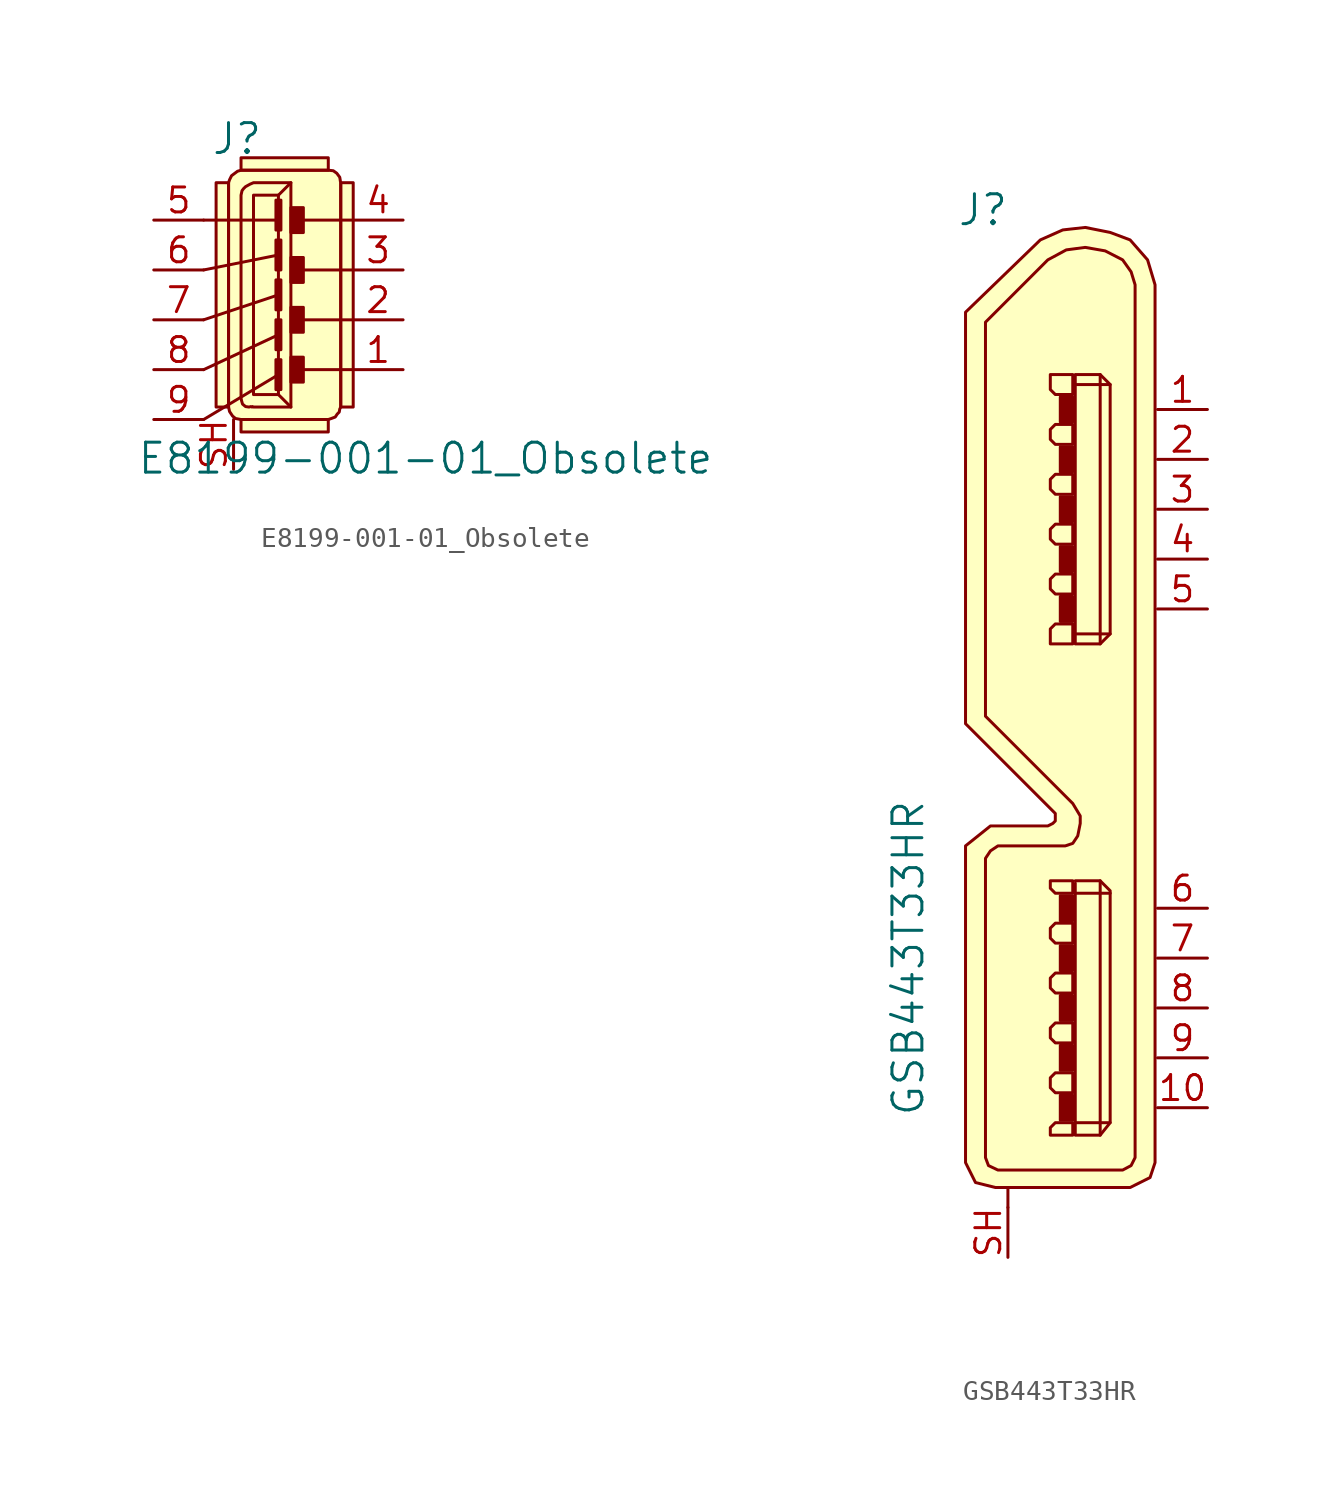
<source format=kicad_sym>
(kicad_symbol_lib
  (version 20211014)
  (generator kicad_symbol_editor)
  (symbol "E8199-001-01_Obsolete"
    (pin_names
      (offset 1.016))
    (property "Reference" "J"
      (at -0.838 9.22 0)
      (effects (font (size 1.524 1.524))))
    (property "Value" "E8199-001-01_Obsolete"
      (at 8.763 -7.061 0)
      (effects (font (size 1.524 1.524))))
    (symbol "E8199-001-01_Obsolete_0_1"
      (rectangle (start -1.27 -4.445) (end -1.905 6.985) (stroke (width 0) (type default) (color 0 0 0 0)) (fill (type background)))
      (polyline (pts (xy -2.54 -5.08) (xy 1.27 -2.794)) (stroke (width 0) (type default) (color 0 0 0 0)) (fill (type none)))
      (polyline (pts (xy -2.54 -2.54) (xy 1.27 -0.762)) (stroke (width 0) (type default) (color 0 0 0 0)) (fill (type none)))
      (polyline (pts (xy -2.54 0) (xy 1.27 1.27)) (stroke (width 0) (type default) (color 0 0 0 0)) (fill (type none)))
      (polyline (pts (xy -2.54 2.54) (xy 1.27 3.302)) (stroke (width 0) (type default) (color 0 0 0 0)) (fill (type none)))
      (polyline (pts (xy -2.54 5.08) (xy 1.27 5.08)) (stroke (width 0) (type default) (color 0 0 0 0)) (fill (type none)))
      (polyline (pts (xy 1.27 -3.81) (xy 1.905 -4.445)) (stroke (width 0) (type default) (color 0 0 0 0)) (fill (type none)))
      (polyline (pts (xy 1.27 6.35) (xy 1.905 6.985)) (stroke (width 0) (type default) (color 0 0 0 0)) (fill (type none)))
      (polyline (pts (xy 5.08 -2.54) (xy 2.54 -2.54)) (stroke (width 0) (type default) (color 0 0 0 0)) (fill (type none)))
      (polyline (pts (xy 5.08 0) (xy 2.54 0)) (stroke (width 0) (type default) (color 0 0 0 0)) (fill (type none)))
      (polyline (pts (xy 5.08 2.54) (xy 2.54 2.54)) (stroke (width 0) (type default) (color 0 0 0 0)) (fill (type none)))
      (polyline (pts (xy 5.08 5.08) (xy 2.54 5.08)) (stroke (width 0) (type default) (color 0 0 0 0)) (fill (type none)))
      (polyline (pts (xy -0.635 6.35) (xy -0.635 -3.81) (xy -0.635 -3.988) (xy -0.61 -4.115) (xy -0.559 -4.293) (xy -0.406 -4.42) (xy -0.229 -4.445) (xy -0.127 -4.42) (xy -0.076 -4.445) (xy -0.051 -4.42) (xy 0 -4.445) (xy 1.905 -4.445) (xy 1.905 6.985) (xy 0 6.985) (xy -0.178 6.909) (xy -0.406 6.782) (xy -0.508 6.68) (xy -0.584 6.579) (xy -0.635 6.35)) (stroke (width 0) (type default) (color 0 0 0 0)) (fill (type none)))
      (polyline (pts (xy -0.635 -5.08) (xy 3.81 -5.08) (xy 3.962 -5.029) (xy 4.166 -4.953) (xy 4.267 -4.801) (xy 4.369 -4.699) (xy 4.394 -4.547) (xy 4.445 -4.445) (xy 4.445 6.985) (xy 4.42 7.087) (xy 4.42 7.112) (xy 4.394 7.264) (xy 4.242 7.468) (xy 4.064 7.595) (xy 3.81 7.62) (xy -0.635 7.62) (xy -0.813 7.569) (xy -1.118 7.341) (xy -1.219 7.137) (xy -1.27 6.985) (xy -1.27 -4.445) (xy -1.219 -4.674) (xy -1.067 -4.902) (xy -0.914 -5.029) (xy -0.635 -5.08)) (stroke (width 0) (type default) (color 0 0 0 0)) (fill (type background)))
      (rectangle (start 1.27 6.35) (end 0 -3.81) (stroke (width 0) (type default) (color 0 0 0 0)) (fill (type none)))
      (rectangle (start 1.397 -3.556) (end 1.143 -2.032) (stroke (width 0) (type default) (color 0 0 0 0)) (fill (type outline)))
      (rectangle (start 1.397 -1.524) (end 1.143 0) (stroke (width 0) (type default) (color 0 0 0 0)) (fill (type outline)))
      (rectangle (start 1.397 0.508) (end 1.143 2.032) (stroke (width 0) (type default) (color 0 0 0 0)) (fill (type outline)))
      (rectangle (start 1.397 2.54) (end 1.143 4.064) (stroke (width 0) (type default) (color 0 0 0 0)) (fill (type outline)))
      (rectangle (start 1.397 4.572) (end 1.143 6.096) (stroke (width 0) (type default) (color 0 0 0 0)) (fill (type outline)))
      (rectangle (start 2.54 -1.905) (end 1.905 -3.175) (stroke (width 0) (type default) (color 0 0 0 0)) (fill (type outline)))
      (rectangle (start 2.54 0.635) (end 1.905 -0.635) (stroke (width 0) (type default) (color 0 0 0 0)) (fill (type outline)))
      (rectangle (start 2.54 3.175) (end 1.905 1.905) (stroke (width 0) (type default) (color 0 0 0 0)) (fill (type outline)))
      (rectangle (start 2.54 4.445) (end 1.905 5.715) (stroke (width 0) (type default) (color 0 0 0 0)) (fill (type outline)))
      (rectangle (start 3.81 -5.08) (end -0.635 -5.715) (stroke (width 0) (type default) (color 0 0 0 0)) (fill (type background)))
      (rectangle (start 3.81 7.62) (end -0.635 8.255) (stroke (width 0) (type default) (color 0 0 0 0)) (fill (type background)))
      (rectangle (start 4.445 6.985) (end 5.08 -4.445) (stroke (width 0) (type default) (color 0 0 0 0)) (fill (type background))))
    (symbol "E8199-001-01_Obsolete_1_1"
      (pin passive line (at 7.62 -2.54 180) (length 2.54) (name "~" (effects (font (size 1.27 1.27)))) (number "1" (effects (font (size 1.27 1.27)))))
      (pin passive line (at 7.62 0 180) (length 2.54) (name "~" (effects (font (size 1.27 1.27)))) (number "2" (effects (font (size 1.27 1.27)))))
      (pin passive line (at 7.62 2.54 180) (length 2.54) (name "~" (effects (font (size 1.27 1.27)))) (number "3" (effects (font (size 1.27 1.27)))))
      (pin passive line (at 7.62 5.08 180) (length 2.54) (name "~" (effects (font (size 1.27 1.27)))) (number "4" (effects (font (size 1.27 1.27)))))
      (pin passive line (at -5.08 5.08 0) (length 2.54) (name "~" (effects (font (size 1.27 1.27)))) (number "5" (effects (font (size 1.27 1.27)))))
      (pin passive line (at -5.08 2.54 0) (length 2.54) (name "~" (effects (font (size 1.27 1.27)))) (number "6" (effects (font (size 1.27 1.27)))))
      (pin passive line (at -5.08 0 0) (length 2.54) (name "~" (effects (font (size 1.27 1.27)))) (number "7" (effects (font (size 1.27 1.27)))))
      (pin passive line (at -5.08 -2.54 0) (length 2.54) (name "~" (effects (font (size 1.27 1.27)))) (number "8" (effects (font (size 1.27 1.27)))))
      (pin passive line (at -5.08 -5.08 0) (length 2.54) (name "~" (effects (font (size 1.27 1.27)))) (number "9" (effects (font (size 1.27 1.27)))))
      (pin passive line (at -1.016 -7.62 90) (length 2.54) (name "~" (effects (font (size 1.27 1.27)))) (number "SH" (effects (font (size 1.27 1.27)))))))
  (symbol "GSB443T33HR"
    (pin_names
      (offset 1.016))
    (property "Reference" "J"
      (at -6.35 25.4 0)
      (effects (font (size 1.524 1.524))))
    (property "Value" "GSB443T33HR"
      (at -10.16 -12.7 90)
      (effects (font (size 1.524 1.524))))
    (symbol "GSB443T33HR_0_1"
      (rectangle (start -2.413 -20.955) (end -1.778 -19.685) (stroke (width 0) (type default) (color 0 0 0 0)) (fill (type outline)))
      (rectangle (start -2.413 -18.415) (end -1.778 -17.145) (stroke (width 0) (type default) (color 0 0 0 0)) (fill (type outline)))
      (rectangle (start -2.413 -15.875) (end -1.778 -14.605) (stroke (width 0) (type default) (color 0 0 0 0)) (fill (type outline)))
      (rectangle (start -2.413 4.445) (end -1.778 5.715) (stroke (width 0) (type default) (color 0 0 0 0)) (fill (type outline)))
      (rectangle (start -2.413 6.985) (end -1.778 8.255) (stroke (width 0) (type default) (color 0 0 0 0)) (fill (type outline)))
      (rectangle (start -2.413 9.525) (end -1.778 10.795) (stroke (width 0) (type default) (color 0 0 0 0)) (fill (type outline)))
      (rectangle (start -1.778 -13.335) (end -2.413 -12.065) (stroke (width 0) (type default) (color 0 0 0 0)) (fill (type outline)))
      (rectangle (start -1.778 -10.795) (end -2.413 -9.525) (stroke (width 0) (type default) (color 0 0 0 0)) (fill (type outline)))
      (rectangle (start -1.778 12.065) (end -2.413 13.335) (stroke (width 0) (type default) (color 0 0 0 0)) (fill (type outline)))
      (rectangle (start -1.778 14.605) (end -2.413 15.875) (stroke (width 0) (type default) (color 0 0 0 0)) (fill (type outline)))
      (polyline (pts (xy -5.08 -25.4) (xy -5.08 -24.384)) (stroke (width 0) (type default) (color 0 0 0 0)) (fill (type none)))
      (polyline (pts (xy -1.651 -21.082) (xy 0.127 -21.082)) (stroke (width 0) (type default) (color 0 0 0 0)) (fill (type none)))
      (polyline (pts (xy -1.651 3.81) (xy 0.127 3.81)) (stroke (width 0) (type default) (color 0 0 0 0)) (fill (type none)))
      (polyline (pts (xy -0.381 -8.763) (xy -0.381 -21.717)) (stroke (width 0) (type default) (color 0 0 0 0)) (fill (type none)))
      (polyline (pts (xy -0.381 17.018) (xy -0.381 3.302)) (stroke (width 0) (type default) (color 0 0 0 0)) (fill (type none)))
      (polyline (pts (xy 0.127 16.51) (xy -1.651 16.51)) (stroke (width 0) (type default) (color 0 0 0 0)) (fill (type none)))
      (polyline (pts (xy 0.127 -9.398) (xy -0.381 -9.398) (xy -1.651 -9.398)) (stroke (width 0) (type default) (color 0 0 0 0)) (fill (type none)))
      (polyline (pts (xy -1.778 -21.717) (xy -2.667 -21.717) (xy -2.921 -21.717) (xy -2.921 -21.336) (xy -2.667 -21.082) (xy -1.778 -21.082) (xy -1.778 -21.717)) (stroke (width 0) (type default) (color 0 0 0 0)) (fill (type none)))
      (polyline (pts (xy -1.778 -19.558) (xy -2.667 -19.558) (xy -2.921 -19.304) (xy -2.921 -18.796) (xy -2.667 -18.542) (xy -1.778 -18.542) (xy -1.778 -19.558)) (stroke (width 0) (type default) (color 0 0 0 0)) (fill (type none)))
      (polyline (pts (xy -1.778 -17.018) (xy -2.667 -17.018) (xy -2.921 -16.764) (xy -2.921 -16.256) (xy -2.667 -16.002) (xy -1.778 -16.002) (xy -1.778 -17.018)) (stroke (width 0) (type default) (color 0 0 0 0)) (fill (type none)))
      (polyline (pts (xy -1.778 -14.478) (xy -2.667 -14.478) (xy -2.921 -14.224) (xy -2.921 -13.716) (xy -2.667 -13.462) (xy -1.778 -13.462) (xy -1.778 -14.478)) (stroke (width 0) (type default) (color 0 0 0 0)) (fill (type none)))
      (polyline (pts (xy -1.778 -11.938) (xy -2.667 -11.938) (xy -2.921 -11.684) (xy -2.921 -11.176) (xy -2.667 -10.922) (xy -1.778 -10.922) (xy -1.778 -11.938)) (stroke (width 0) (type default) (color 0 0 0 0)) (fill (type none)))
      (polyline (pts (xy -1.778 -9.398) (xy -2.667 -9.398) (xy -2.921 -9.144) (xy -2.921 -8.763) (xy -2.667 -8.763) (xy -1.778 -8.763) (xy -1.778 -9.398)) (stroke (width 0) (type default) (color 0 0 0 0)) (fill (type none)))
      (polyline (pts (xy -1.778 3.302) (xy -2.667 3.302) (xy -2.921 3.302) (xy -2.921 4.064) (xy -2.667 4.318) (xy -1.778 4.318) (xy -1.778 3.302)) (stroke (width 0) (type default) (color 0 0 0 0)) (fill (type none)))
      (polyline (pts (xy -1.778 5.842) (xy -2.667 5.842) (xy -2.921 6.096) (xy -2.921 6.604) (xy -2.667 6.858) (xy -1.778 6.858) (xy -1.778 5.842)) (stroke (width 0) (type default) (color 0 0 0 0)) (fill (type none)))
      (polyline (pts (xy -1.778 8.382) (xy -2.667 8.382) (xy -2.921 8.636) (xy -2.921 9.144) (xy -2.667 9.398) (xy -1.778 9.398) (xy -1.778 8.382)) (stroke (width 0) (type default) (color 0 0 0 0)) (fill (type none)))
      (polyline (pts (xy -1.778 10.922) (xy -2.667 10.922) (xy -2.921 11.176) (xy -2.921 11.684) (xy -2.667 11.938) (xy -1.778 11.938) (xy -1.778 10.922)) (stroke (width 0) (type default) (color 0 0 0 0)) (fill (type none)))
      (polyline (pts (xy -1.778 13.462) (xy -2.667 13.462) (xy -2.921 13.716) (xy -2.921 14.224) (xy -2.667 14.478) (xy -1.778 14.478) (xy -1.778 13.462)) (stroke (width 0) (type default) (color 0 0 0 0)) (fill (type none)))
      (polyline (pts (xy -1.778 16.002) (xy -2.667 16.002) (xy -2.921 16.256) (xy -2.921 17.018) (xy -2.667 17.018) (xy -1.778 17.018) (xy -1.778 16.002)) (stroke (width 0) (type default) (color 0 0 0 0)) (fill (type none)))
      (polyline (pts (xy -1.651 -8.89) (xy -1.651 -21.717) (xy -0.381 -21.717) (xy 0.127 -21.082) (xy 0.127 -9.271) (xy -0.381 -8.763) (xy -1.651 -8.763)) (stroke (width 0) (type default) (color 0 0 0 0)) (fill (type none)))
      (polyline (pts (xy -1.651 17.018) (xy -1.651 3.302) (xy -0.381 3.302) (xy 0.127 3.81) (xy 0.127 16.51) (xy -0.381 17.018) (xy -1.651 17.018)) (stroke (width 0) (type default) (color 0 0 0 0)) (fill (type none)))
      (polyline (pts (xy -5.715 -24.384) (xy 1.143 -24.384) (xy 2.159 -23.876) (xy 2.413 -23.114) (xy 2.413 21.59) (xy 2.032 22.86) (xy 1.143 23.876) (xy 0.127 24.257) (xy -1.143 24.511) (xy -2.286 24.384) (xy -3.429 23.876) (xy -7.239 20.193) (xy -7.239 -0.762) (xy -2.667 -5.334) (xy -2.667 -5.715) (xy -2.794 -5.842) (xy -3.048 -5.969) (xy -3.937 -5.969) (xy -5.969 -5.969) (xy -7.239 -6.985) (xy -7.239 -23.114) (xy -6.731 -24.13) (xy -5.715 -24.384)) (stroke (width 0) (type default) (color 0 0 0 0)) (fill (type background)))
      (polyline (pts (xy -3.048 -23.495) (xy 0.762 -23.495) (xy 1.194 -23.266) (xy 1.397 -22.86) (xy 1.397 21.59) (xy 1.194 22.25) (xy 0.762 22.86) (xy -0.127 23.317) (xy -1.143 23.495) (xy -2.108 23.368) (xy -3.048 22.86) (xy -6.223 19.685) (xy -6.223 15.875) (xy -6.223 1.905) (xy -6.223 -0.381) (xy -1.778 -4.826) (xy -1.397 -5.461) (xy -1.397 -5.842) (xy -1.524 -6.477) (xy -1.778 -6.858) (xy -2.159 -6.985) (xy -2.54 -6.985) (xy -3.048 -6.985) (xy -3.683 -6.985) (xy -5.588 -6.985) (xy -5.969 -7.239) (xy -6.223 -7.62) (xy -6.223 -22.86) (xy -6.071 -23.266) (xy -5.588 -23.495) (xy -3.048 -23.495)) (stroke (width 0) (type default) (color 0 0 0 0)) (fill (type none))))
    (symbol "GSB443T33HR_1_1"
      (pin passive line (at 5.08 15.24 180) (length 2.54) (name "~" (effects (font (size 1.27 1.27)))) (number "1" (effects (font (size 1.27 1.27)))))
      (pin passive line (at 5.08 -20.32 180) (length 2.54) (name "~" (effects (font (size 1.27 1.27)))) (number "10" (effects (font (size 1.27 1.27)))))
      (pin passive line (at 5.08 12.7 180) (length 2.54) (name "~" (effects (font (size 1.27 1.27)))) (number "2" (effects (font (size 1.27 1.27)))))
      (pin passive line (at 5.08 10.16 180) (length 2.54) (name "~" (effects (font (size 1.27 1.27)))) (number "3" (effects (font (size 1.27 1.27)))))
      (pin input line (at 5.08 7.62 180) (length 2.54) (name "~" (effects (font (size 1.27 1.27)))) (number "4" (effects (font (size 1.27 1.27)))))
      (pin passive line (at 5.08 5.08 180) (length 2.54) (name "~" (effects (font (size 1.27 1.27)))) (number "5" (effects (font (size 1.27 1.27)))))
      (pin passive line (at 5.08 -10.16 180) (length 2.54) (name "~" (effects (font (size 1.27 1.27)))) (number "6" (effects (font (size 1.27 1.27)))))
      (pin passive line (at 5.08 -12.7 180) (length 2.54) (name "~" (effects (font (size 1.27 1.27)))) (number "7" (effects (font (size 1.27 1.27)))))
      (pin passive line (at 5.08 -15.24 180) (length 2.54) (name "~" (effects (font (size 1.27 1.27)))) (number "8" (effects (font (size 1.27 1.27)))))
      (pin passive line (at 5.08 -17.78 180) (length 2.54) (name "~" (effects (font (size 1.27 1.27)))) (number "9" (effects (font (size 1.27 1.27)))))
      (pin power_in line (at -5.08 -27.94 90) (length 2.54) (name "~" (effects (font (size 1.27 1.27)))) (number "SH" (effects (font (size 1.27 1.27))))))))
</source>
